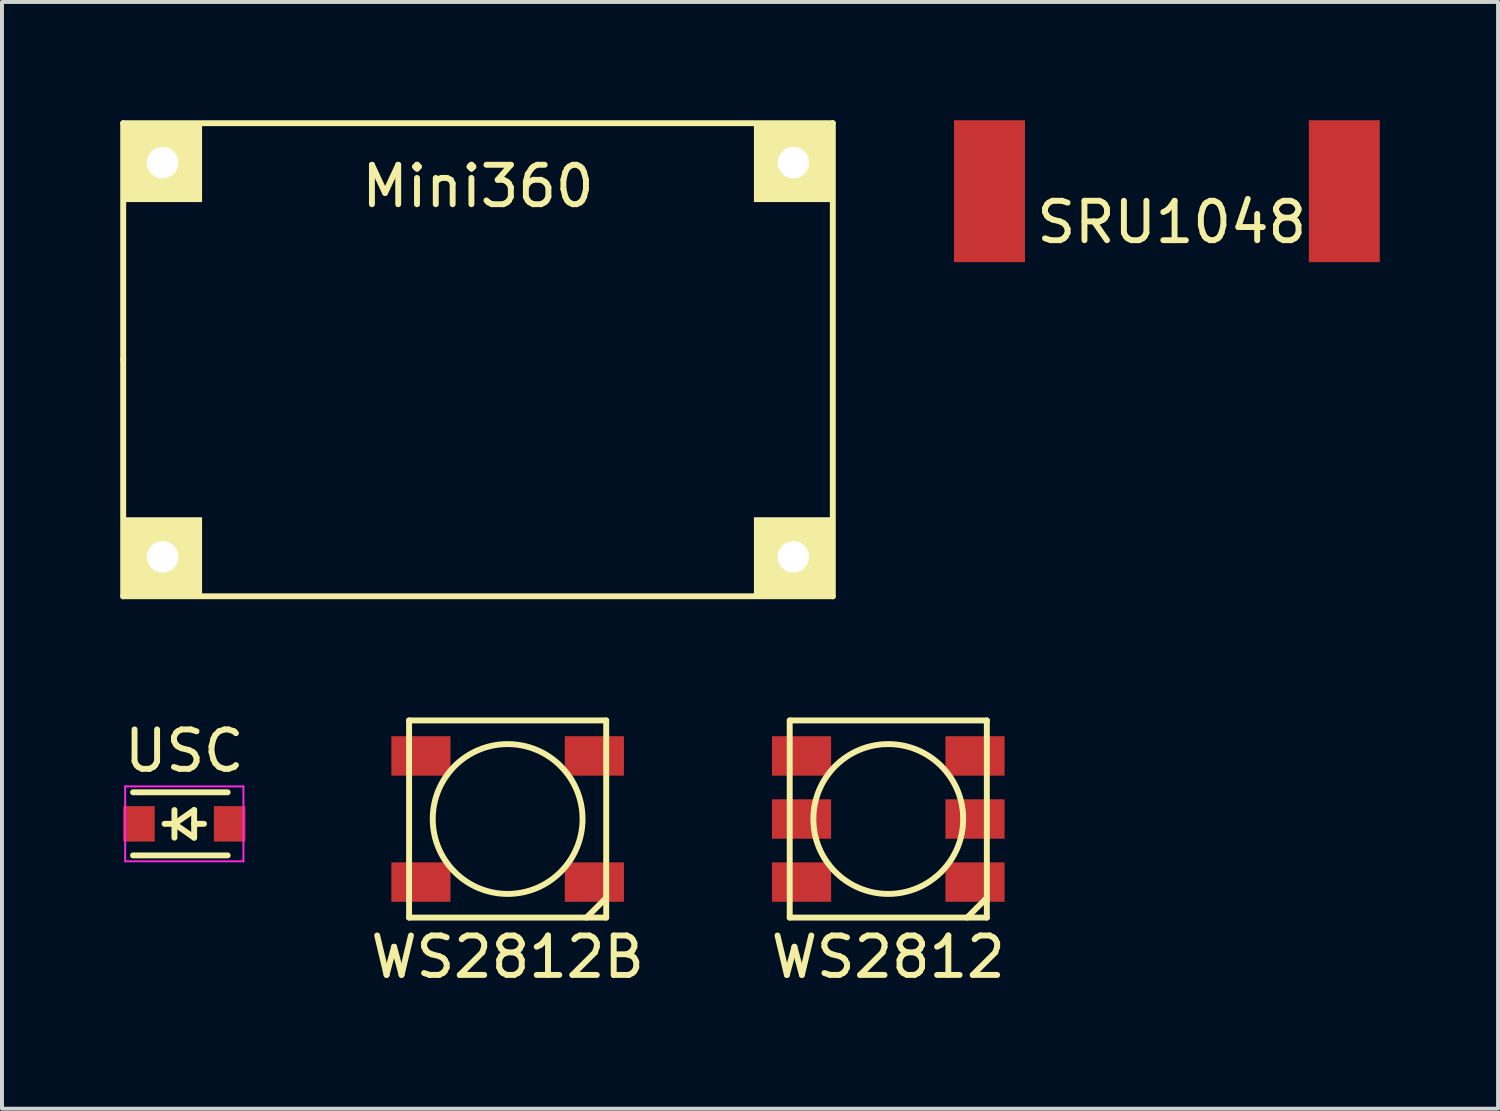
<source format=kicad_pcb>
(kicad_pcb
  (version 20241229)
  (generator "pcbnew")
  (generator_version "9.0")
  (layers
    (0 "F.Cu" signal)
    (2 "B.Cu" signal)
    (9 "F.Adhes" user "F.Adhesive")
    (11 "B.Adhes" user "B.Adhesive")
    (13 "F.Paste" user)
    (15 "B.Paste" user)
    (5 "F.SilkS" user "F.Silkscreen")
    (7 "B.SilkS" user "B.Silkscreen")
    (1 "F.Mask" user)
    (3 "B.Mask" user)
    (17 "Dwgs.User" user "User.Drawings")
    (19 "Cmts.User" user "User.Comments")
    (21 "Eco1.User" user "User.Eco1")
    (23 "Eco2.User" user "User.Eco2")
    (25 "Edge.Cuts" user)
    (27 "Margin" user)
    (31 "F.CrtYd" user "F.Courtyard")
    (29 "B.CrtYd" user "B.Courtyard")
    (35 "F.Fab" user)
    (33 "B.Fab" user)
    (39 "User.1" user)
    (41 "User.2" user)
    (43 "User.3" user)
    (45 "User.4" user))
  (footprint "USC"
    (layer "F.Cu")
    (at 1.625 17.848)
    (property "Reference" "USC" (at 0 -1.85 0) (layer "F.SilkS") (effects (font (size 1 1) (thickness 0.15))))
    (attr smd)
    (fp_line (start -1.3 -0.8) (end 1.1 -0.8) (stroke (width 0.15) (type solid)) (layer "F.SilkS"))
    (fp_line (start -1.3 0.8) (end 1.1 0.8) (stroke (width 0.15) (type solid)) (layer "F.SilkS"))
    (fp_line (start -0.25 -0.35) (end -0.25 0.35) (stroke (width 0.15) (type solid)) (layer "F.SilkS"))
    (fp_line (start -0.25 0) (end -0.5 0) (stroke (width 0.15) (type solid)) (layer "F.SilkS"))
    (fp_line (start -0.25 0) (end 0.25 -0.35) (stroke (width 0.15) (type solid)) (layer "F.SilkS"))
    (fp_line (start 0.25 -0.35) (end 0.25 0.35) (stroke (width 0.15) (type solid)) (layer "F.SilkS"))
    (fp_line (start 0.25 0) (end 0.5 0) (stroke (width 0.15) (type solid)) (layer "F.SilkS"))
    (fp_line (start 0.25 0.35) (end -0.25 0) (stroke (width 0.15) (type solid)) (layer "F.SilkS"))
    (fp_line (start -1.5 -0.95) (end -1.5 0.95) (stroke (width 0.05) (type solid)) (layer "F.CrtYd"))
    (fp_line (start -1.5 -0.95) (end 1.5 -0.95) (stroke (width 0.05) (type solid)) (layer "F.CrtYd"))
    (fp_line (start -1.5 0.95) (end 1.5 0.95) (stroke (width 0.05) (type solid)) (layer "F.CrtYd"))
    (fp_line (start 1.5 -0.95) (end 1.5 0.95) (stroke (width 0.05) (type solid)) (layer "F.CrtYd"))
    (pad "1" smd rect (at -1.15 0) (size 0.8 0.9) (layers "F.Cu" "F.Mask" "F.Paste"))
    (pad "2" smd rect (at 1.15 0) (size 0.8 0.9) (layers "F.Cu" "F.Mask" "F.Paste")))
  (footprint "WS2812B"
    (layer "F.Cu")
    (at 9.827 17.725)
    (property "Reference" "WS2812B" (at 0 3.5 0) (layer "F.SilkS") (effects (font (size 1 1) (thickness 0.15))))
    (attr through_hole)
    (fp_line (start -2.5 -2.5) (end 2.5 -2.5) (stroke (width 0.15) (type solid)) (layer "F.SilkS"))
    (fp_line (start -2.5 2.5) (end -2.5 -2.5) (stroke (width 0.15) (type solid)) (layer "F.SilkS"))
    (fp_line (start 2 2.5) (end 2.5 2) (stroke (width 0.15) (type solid)) (layer "F.SilkS"))
    (fp_line (start 2.5 -2.5) (end 2.5 2.5) (stroke (width 0.15) (type solid)) (layer "F.SilkS"))
    (fp_line (start 2.5 2.5) (end -2.5 2.5) (stroke (width 0.15) (type solid)) (layer "F.SilkS"))
    (fp_circle (center 0 0) (end 1.9 0) (stroke (width 0.15) (type solid)) (fill no) (layer "F.SilkS"))
    (pad "1" smd rect (at -2.2 -1.6) (size 1.5 1) (layers "F.Cu" "F.Mask" "F.Paste"))
    (pad "2" smd rect (at -2.2 1.6) (size 1.5 1) (layers "F.Cu" "F.Mask" "F.Paste"))
    (pad "3" smd rect (at 2.2 1.6) (size 1.5 1) (layers "F.Cu" "F.Mask" "F.Paste"))
    (pad "4" smd rect (at 2.2 -1.6) (size 1.5 1) (layers "F.Cu" "F.Mask" "F.Paste")))
  (footprint "WS2812"
    (layer "F.Cu")
    (at 19.482 17.725)
    (property "Reference" "WS2812" (at 0 3.5 0) (layer "F.SilkS") (effects (font (size 1 1) (thickness 0.15))))
    (attr through_hole)
    (fp_line (start -2.5 -2.5) (end 2.5 -2.5) (stroke (width 0.15) (type solid)) (layer "F.SilkS"))
    (fp_line (start -2.5 2.5) (end -2.5 -2.5) (stroke (width 0.15) (type solid)) (layer "F.SilkS"))
    (fp_line (start 2 2.5) (end 2.5 2) (stroke (width 0.15) (type solid)) (layer "F.SilkS"))
    (fp_line (start 2.5 -2.5) (end 2.5 2.5) (stroke (width 0.15) (type solid)) (layer "F.SilkS"))
    (fp_line (start 2.5 2.5) (end -2.5 2.5) (stroke (width 0.15) (type solid)) (layer "F.SilkS"))
    (fp_circle (center 0 0) (end 1.9 0) (stroke (width 0.15) (type solid)) (fill no) (layer "F.SilkS"))
    (pad "1" smd rect (at 2.2 1.6) (size 1.5 1) (layers "F.Cu" "F.Mask" "F.Paste"))
    (pad "2" smd rect (at 2.2 0) (size 1.5 1) (layers "F.Cu" "F.Mask" "F.Paste"))
    (pad "3" smd rect (at 2.2 -1.6) (size 1.5 1) (layers "F.Cu" "F.Mask" "F.Paste"))
    (pad "4" smd rect (at -2.2 -1.6) (size 1.5 1) (layers "F.Cu" "F.Mask" "F.Paste"))
    (pad "5" smd rect (at -2.2 0) (size 1.5 1) (layers "F.Cu" "F.Mask" "F.Paste"))
    (pad "6" smd rect (at -2.2 1.6) (size 1.5 1) (layers "F.Cu" "F.Mask" "F.Paste")))
  (footprint "SRU1048"
    (layer "F.Cu")
    (at 26.622 1.775)
    (property "Reference" "SRU1048" (at 0.051 0.813 0) (layer "F.SilkS") (effects (font (size 1 1) (thickness 0.15))))
    (attr through_hole)
    (pad "1" smd rect (at -4.572 0.025) (size 1.8 3.6) (layers "F.Cu" "F.Mask" "F.Paste"))
    (pad "2" smd rect (at 4.428 0.025) (size 1.8 3.6) (layers "F.Cu" "F.Mask" "F.Paste")))
  (footprint "Mini360"
    (layer "F.Cu")
    (at 9.075 6.075)
    (property "Reference" "Mini360" (at 0 -4.4 0) (layer "F.SilkS") (effects (font (size 1 1) (thickness 0.15))))
    (attr through_hole)
    (fp_line (start -9 -6) (end 9 -6) (stroke (width 0.15) (type solid)) (layer "F.SilkS"))
    (fp_line (start -9 0) (end -9 -6) (stroke (width 0.15) (type solid)) (layer "F.SilkS"))
    (fp_line (start -9 6) (end -9 0) (stroke (width 0.15) (type solid)) (layer "F.SilkS"))
    (fp_line (start 9 -6) (end 9 6) (stroke (width 0.15) (type solid)) (layer "F.SilkS"))
    (fp_line (start 9 6) (end -9 6) (stroke (width 0.15) (type solid)) (layer "F.SilkS"))
    (pad "1" thru_hole rect (at -8 5) (size 2 2) (drill 0.8) (layers "*.Cu" "*.Mask" "F.SilkS"))
    (pad "2" thru_hole rect (at -8 -5) (size 2 2) (drill 0.8) (layers "*.Cu" "*.Mask" "F.SilkS"))
    (pad "3" thru_hole rect (at 8 -5) (size 2 2) (drill 0.8) (layers "*.Cu" "*.Mask" "F.SilkS"))
    (pad "4" thru_hole rect (at 8 5) (size 2 2) (drill 0.8) (layers "*.Cu" "*.Mask" "F.SilkS")))
  (gr_rect
    (start -3 -3)
    (end 34.95 25.073)
    (stroke (width 0.1) (type default))
    (fill no)
    (layer "Edge.Cuts")))
</source>
